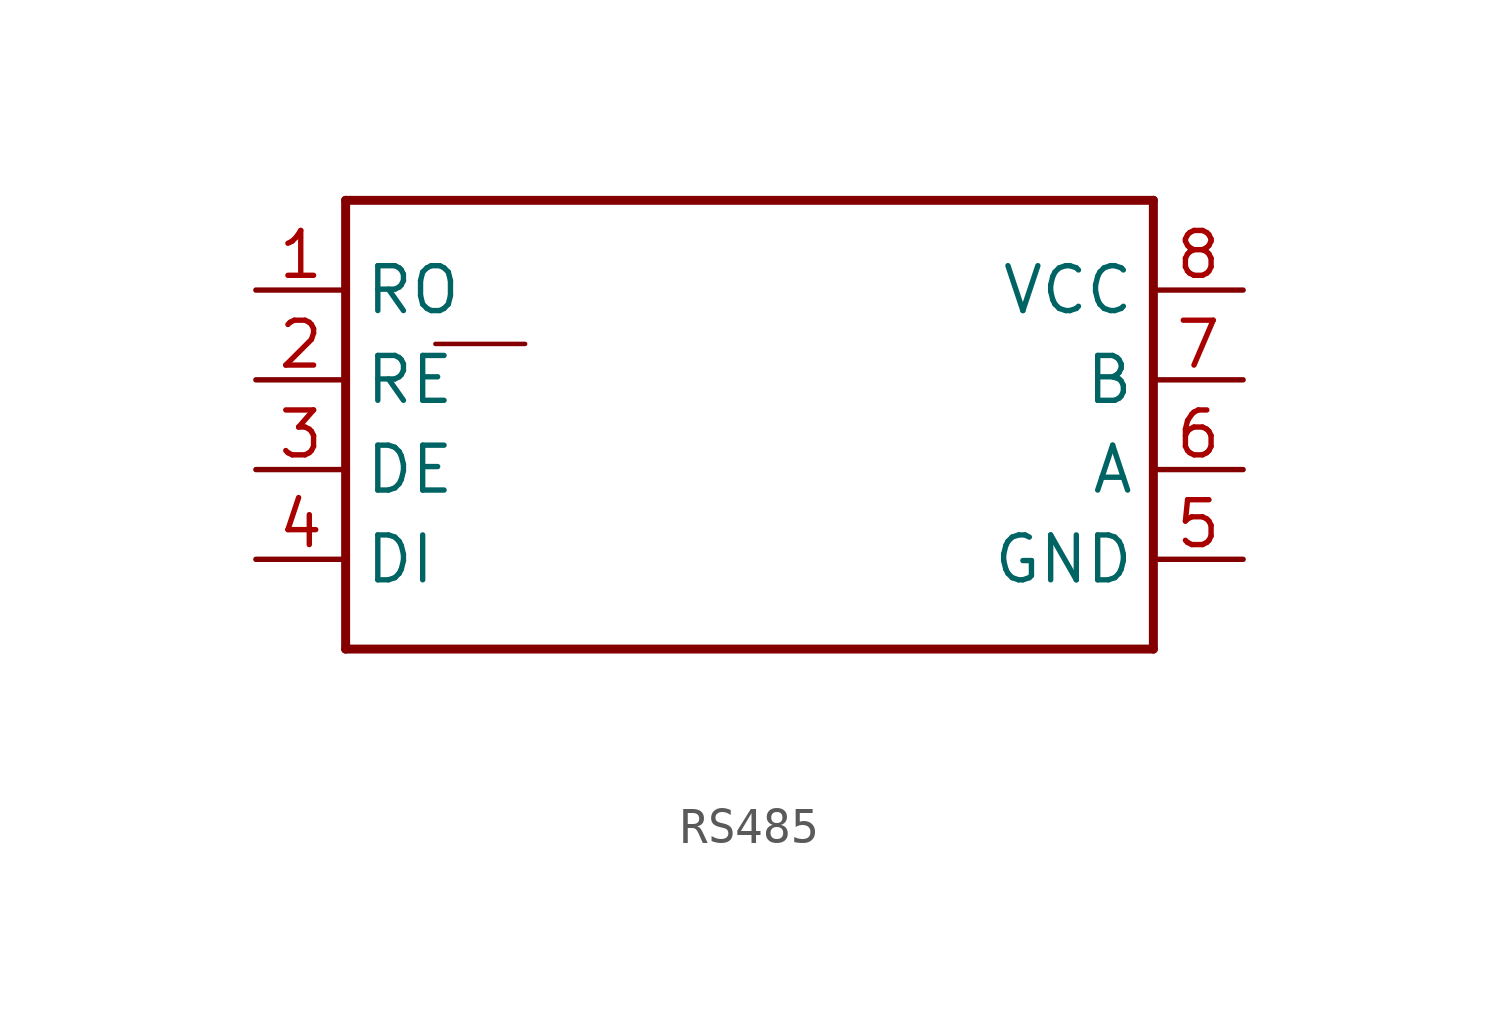
<source format=kicad_sym>
(kicad_symbol_lib
  (version 20220914)
  (generator kicad_symbol_editor)
  (symbol "RS485"
    (property "Reference" ""
      (at -11.43 7.62 0)
      (effects (font (size 1.778 1.511)) (justify left bottom) hide))
    (property "Value" ""
      (at -11.43 -8.89 0)
      (effects (font (size 1.778 1.511)) (justify left bottom)))
    (property "ki_locked" ""
      (at 0 0 0)
      (effects (font (size 1.27 1.27))))
    (symbol "RS485_1_0"
      (polyline (pts (xy -11.43 -6.35) (xy -11.43 6.35)) (stroke (width 0.254) (type solid)) (fill (type none)))
      (polyline (pts (xy -11.43 6.35) (xy 11.43 6.35)) (stroke (width 0.254) (type solid)) (fill (type none)))
      (polyline (pts (xy -8.89 2.286) (xy -6.35 2.286)) (stroke (width 0.127) (type solid)) (fill (type none)))
      (polyline (pts (xy 11.43 -6.35) (xy -11.43 -6.35)) (stroke (width 0.254) (type solid)) (fill (type none)))
      (polyline (pts (xy 11.43 6.35) (xy 11.43 -6.35)) (stroke (width 0.254) (type solid)) (fill (type none)))
      (pin bidirectional line (at -13.97 3.81 0) (length 2.54) (name "RO" (effects (font (size 1.27 1.27)))) (number "1" (effects (font (size 1.27 1.27)))))
      (pin bidirectional line (at -13.97 1.27 0) (length 2.54) (name "RE" (effects (font (size 1.27 1.27)))) (number "2" (effects (font (size 1.27 1.27)))))
      (pin bidirectional line (at -13.97 -1.27 0) (length 2.54) (name "DE" (effects (font (size 1.27 1.27)))) (number "3" (effects (font (size 1.27 1.27)))))
      (pin bidirectional line (at -13.97 -3.81 0) (length 2.54) (name "DI" (effects (font (size 1.27 1.27)))) (number "4" (effects (font (size 1.27 1.27)))))
      (pin bidirectional line (at 13.97 -3.81 180) (length 2.54) (name "GND" (effects (font (size 1.27 1.27)))) (number "5" (effects (font (size 1.27 1.27)))))
      (pin bidirectional line (at 13.97 -1.27 180) (length 2.54) (name "A" (effects (font (size 1.27 1.27)))) (number "6" (effects (font (size 1.27 1.27)))))
      (pin bidirectional line (at 13.97 1.27 180) (length 2.54) (name "B" (effects (font (size 1.27 1.27)))) (number "7" (effects (font (size 1.27 1.27)))))
      (pin bidirectional line (at 13.97 3.81 180) (length 2.54) (name "VCC" (effects (font (size 1.27 1.27)))) (number "8" (effects (font (size 1.27 1.27))))))))
</source>
